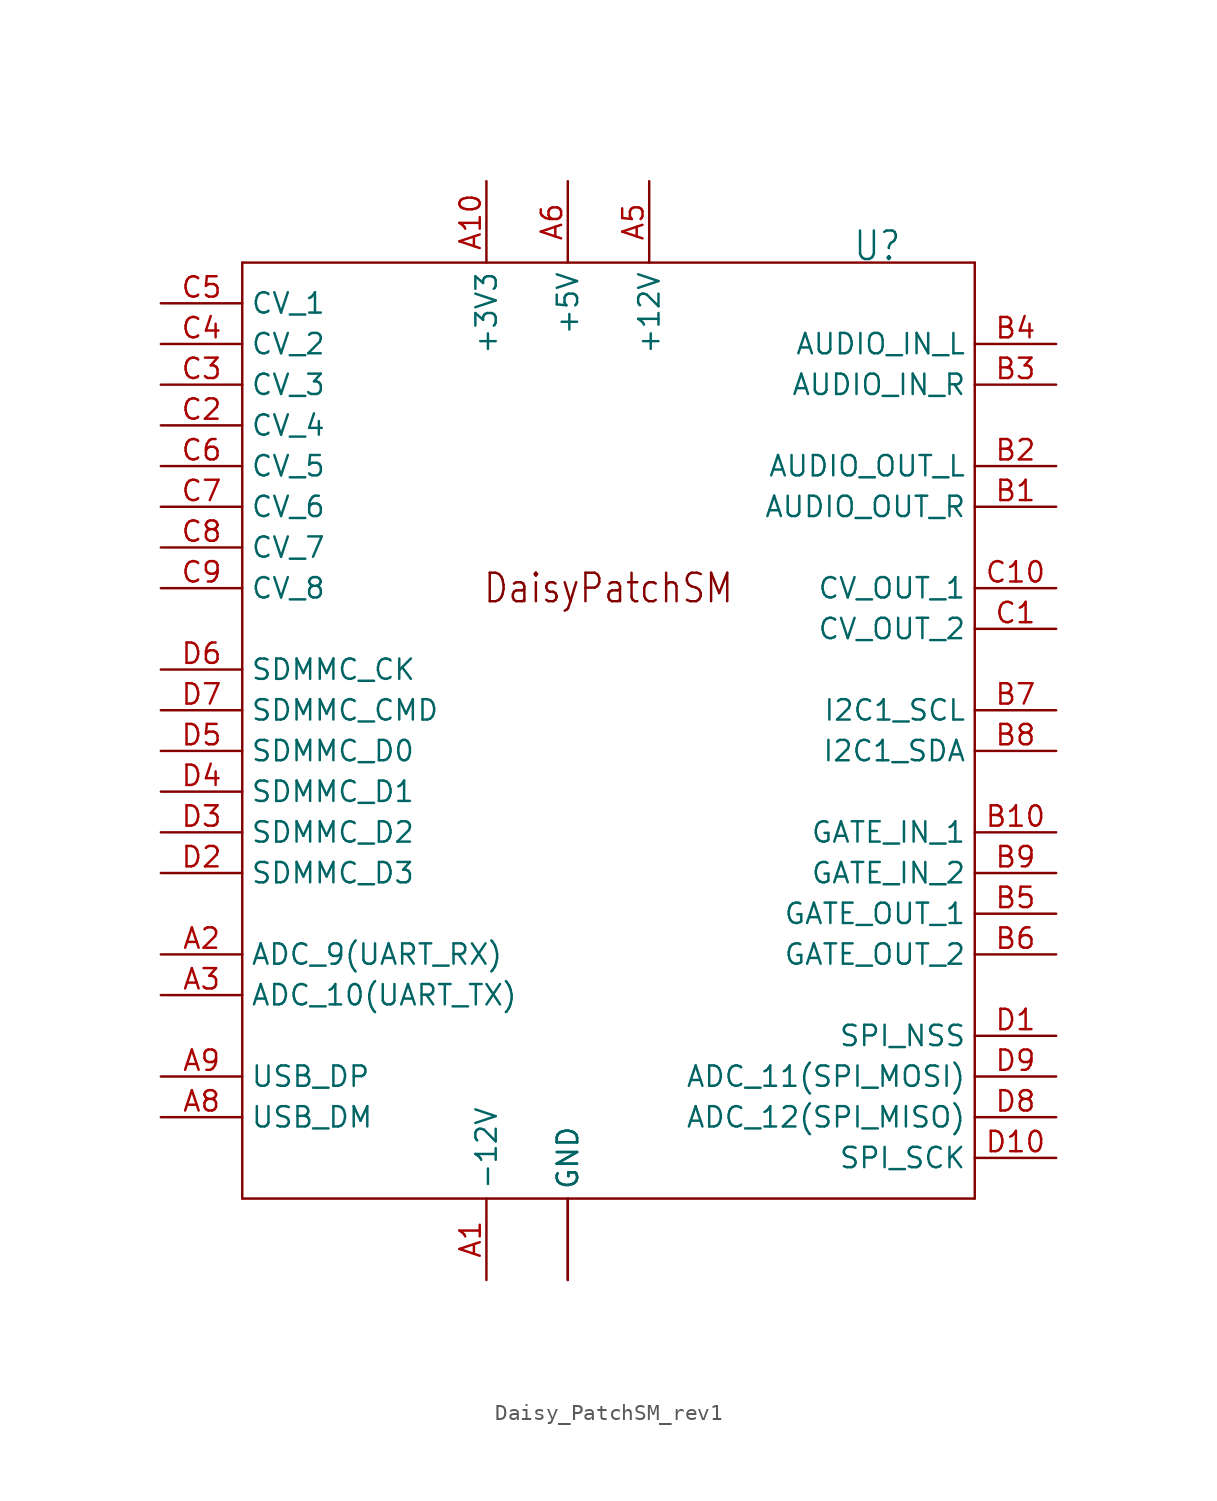
<source format=kicad_sym>
(kicad_symbol_lib
  (version 20231120)
  (generator "kicad_symbol_editor")
  (generator_version "8.0")
  (symbol "Daisy_PatchSM_rev1"
    (property "Reference" "U"
      (at 15.24 27.94 0)
      (effects (font (size 1.778 1.511)) (justify left bottom)))
    (symbol "Daisy_PatchSM_rev1_1_0"
      (polyline (pts (xy -22.86 -30.48) (xy 22.86 -30.48)) (stroke (width 0.152) (type solid)) (fill (type none)))
      (polyline (pts (xy -22.86 27.94) (xy -22.86 -30.48)) (stroke (width 0.152) (type solid)) (fill (type none)))
      (polyline (pts (xy 22.86 -30.48) (xy 22.86 27.94)) (stroke (width 0.152) (type solid)) (fill (type none)))
      (polyline (pts (xy 22.86 27.94) (xy -22.86 27.94)) (stroke (width 0.152) (type solid)) (fill (type none)))
      (text "DaisyPatchSM" (at 0 7.62 0) (effects (font (size 1.778 1.511))))
      (pin bidirectional line (at -7.62 -35.56 90) (length 5.08) (name "-12V" (effects (font (size 1.27 1.27)))) (number "A1" (effects (font (size 1.27 1.27)))))
      (pin bidirectional line (at -7.62 33.02 270) (length 5.08) (name "+3V3" (effects (font (size 1.27 1.27)))) (number "A10" (effects (font (size 1.27 1.27)))))
      (pin bidirectional line (at -27.94 -15.24 0) (length 5.08) (name "ADC_9(UART_RX)" (effects (font (size 1.27 1.27)))) (number "A2" (effects (font (size 1.27 1.27)))))
      (pin bidirectional line (at -27.94 -17.78 0) (length 5.08) (name "ADC_10(UART_TX)" (effects (font (size 1.27 1.27)))) (number "A3" (effects (font (size 1.27 1.27)))))
      (pin bidirectional line (at -2.54 -35.56 90) (length 5.08) (name "GND" (effects (font (size 1.27 1.27)))) (number "A4" (effects (font (size 0 0)))))
      (pin bidirectional line (at 2.54 33.02 270) (length 5.08) (name "+12V" (effects (font (size 1.27 1.27)))) (number "A5" (effects (font (size 1.27 1.27)))))
      (pin bidirectional line (at -2.54 33.02 270) (length 5.08) (name "+5V" (effects (font (size 1.27 1.27)))) (number "A6" (effects (font (size 1.27 1.27)))))
      (pin bidirectional line (at -2.54 -35.56 90) (length 5.08) (name "GND" (effects (font (size 1.27 1.27)))) (number "A7" (effects (font (size 0 0)))))
      (pin bidirectional line (at -27.94 -25.4 0) (length 5.08) (name "USB_DM" (effects (font (size 1.27 1.27)))) (number "A8" (effects (font (size 1.27 1.27)))))
      (pin bidirectional line (at -27.94 -22.86 0) (length 5.08) (name "USB_DP" (effects (font (size 1.27 1.27)))) (number "A9" (effects (font (size 1.27 1.27)))))
      (pin bidirectional line (at 27.94 12.7 180) (length 5.08) (name "AUDIO_OUT_R" (effects (font (size 1.27 1.27)))) (number "B1" (effects (font (size 1.27 1.27)))))
      (pin bidirectional line (at 27.94 -7.62 180) (length 5.08) (name "GATE_IN_1" (effects (font (size 1.27 1.27)))) (number "B10" (effects (font (size 1.27 1.27)))))
      (pin bidirectional line (at 27.94 15.24 180) (length 5.08) (name "AUDIO_OUT_L" (effects (font (size 1.27 1.27)))) (number "B2" (effects (font (size 1.27 1.27)))))
      (pin bidirectional line (at 27.94 20.32 180) (length 5.08) (name "AUDIO_IN_R" (effects (font (size 1.27 1.27)))) (number "B3" (effects (font (size 1.27 1.27)))))
      (pin bidirectional line (at 27.94 22.86 180) (length 5.08) (name "AUDIO_IN_L" (effects (font (size 1.27 1.27)))) (number "B4" (effects (font (size 1.27 1.27)))))
      (pin bidirectional line (at 27.94 -12.7 180) (length 5.08) (name "GATE_OUT_1" (effects (font (size 1.27 1.27)))) (number "B5" (effects (font (size 1.27 1.27)))))
      (pin bidirectional line (at 27.94 -15.24 180) (length 5.08) (name "GATE_OUT_2" (effects (font (size 1.27 1.27)))) (number "B6" (effects (font (size 1.27 1.27)))))
      (pin bidirectional line (at 27.94 0 180) (length 5.08) (name "I2C1_SCL" (effects (font (size 1.27 1.27)))) (number "B7" (effects (font (size 1.27 1.27)))))
      (pin bidirectional line (at 27.94 -2.54 180) (length 5.08) (name "I2C1_SDA" (effects (font (size 1.27 1.27)))) (number "B8" (effects (font (size 1.27 1.27)))))
      (pin bidirectional line (at 27.94 -10.16 180) (length 5.08) (name "GATE_IN_2" (effects (font (size 1.27 1.27)))) (number "B9" (effects (font (size 1.27 1.27)))))
      (pin bidirectional line (at 27.94 5.08 180) (length 5.08) (name "CV_OUT_2" (effects (font (size 1.27 1.27)))) (number "C1" (effects (font (size 1.27 1.27)))))
      (pin bidirectional line (at 27.94 7.62 180) (length 5.08) (name "CV_OUT_1" (effects (font (size 1.27 1.27)))) (number "C10" (effects (font (size 1.27 1.27)))))
      (pin bidirectional line (at -27.94 17.78 0) (length 5.08) (name "CV_4" (effects (font (size 1.27 1.27)))) (number "C2" (effects (font (size 1.27 1.27)))))
      (pin bidirectional line (at -27.94 20.32 0) (length 5.08) (name "CV_3" (effects (font (size 1.27 1.27)))) (number "C3" (effects (font (size 1.27 1.27)))))
      (pin bidirectional line (at -27.94 22.86 0) (length 5.08) (name "CV_2" (effects (font (size 1.27 1.27)))) (number "C4" (effects (font (size 1.27 1.27)))))
      (pin bidirectional line (at -27.94 25.4 0) (length 5.08) (name "CV_1" (effects (font (size 1.27 1.27)))) (number "C5" (effects (font (size 1.27 1.27)))))
      (pin bidirectional line (at -27.94 15.24 0) (length 5.08) (name "CV_5" (effects (font (size 1.27 1.27)))) (number "C6" (effects (font (size 1.27 1.27)))))
      (pin bidirectional line (at -27.94 12.7 0) (length 5.08) (name "CV_6" (effects (font (size 1.27 1.27)))) (number "C7" (effects (font (size 1.27 1.27)))))
      (pin bidirectional line (at -27.94 10.16 0) (length 5.08) (name "CV_7" (effects (font (size 1.27 1.27)))) (number "C8" (effects (font (size 1.27 1.27)))))
      (pin bidirectional line (at -27.94 7.62 0) (length 5.08) (name "CV_8" (effects (font (size 1.27 1.27)))) (number "C9" (effects (font (size 1.27 1.27)))))
      (pin bidirectional line (at 27.94 -20.32 180) (length 5.08) (name "SPI_NSS" (effects (font (size 1.27 1.27)))) (number "D1" (effects (font (size 1.27 1.27)))))
      (pin bidirectional line (at 27.94 -27.94 180) (length 5.08) (name "SPI_SCK" (effects (font (size 1.27 1.27)))) (number "D10" (effects (font (size 1.27 1.27)))))
      (pin bidirectional line (at -27.94 -10.16 0) (length 5.08) (name "SDMMC_D3" (effects (font (size 1.27 1.27)))) (number "D2" (effects (font (size 1.27 1.27)))))
      (pin bidirectional line (at -27.94 -7.62 0) (length 5.08) (name "SDMMC_D2" (effects (font (size 1.27 1.27)))) (number "D3" (effects (font (size 1.27 1.27)))))
      (pin bidirectional line (at -27.94 -5.08 0) (length 5.08) (name "SDMMC_D1" (effects (font (size 1.27 1.27)))) (number "D4" (effects (font (size 1.27 1.27)))))
      (pin bidirectional line (at -27.94 -2.54 0) (length 5.08) (name "SDMMC_D0" (effects (font (size 1.27 1.27)))) (number "D5" (effects (font (size 1.27 1.27)))))
      (pin bidirectional line (at -27.94 2.54 0) (length 5.08) (name "SDMMC_CK" (effects (font (size 1.27 1.27)))) (number "D6" (effects (font (size 1.27 1.27)))))
      (pin bidirectional line (at -27.94 0 0) (length 5.08) (name "SDMMC_CMD" (effects (font (size 1.27 1.27)))) (number "D7" (effects (font (size 1.27 1.27)))))
      (pin bidirectional line (at 27.94 -25.4 180) (length 5.08) (name "ADC_12(SPI_MISO)" (effects (font (size 1.27 1.27)))) (number "D8" (effects (font (size 1.27 1.27)))))
      (pin bidirectional line (at 27.94 -22.86 180) (length 5.08) (name "ADC_11(SPI_MOSI)" (effects (font (size 1.27 1.27)))) (number "D9" (effects (font (size 1.27 1.27))))))))
</source>
